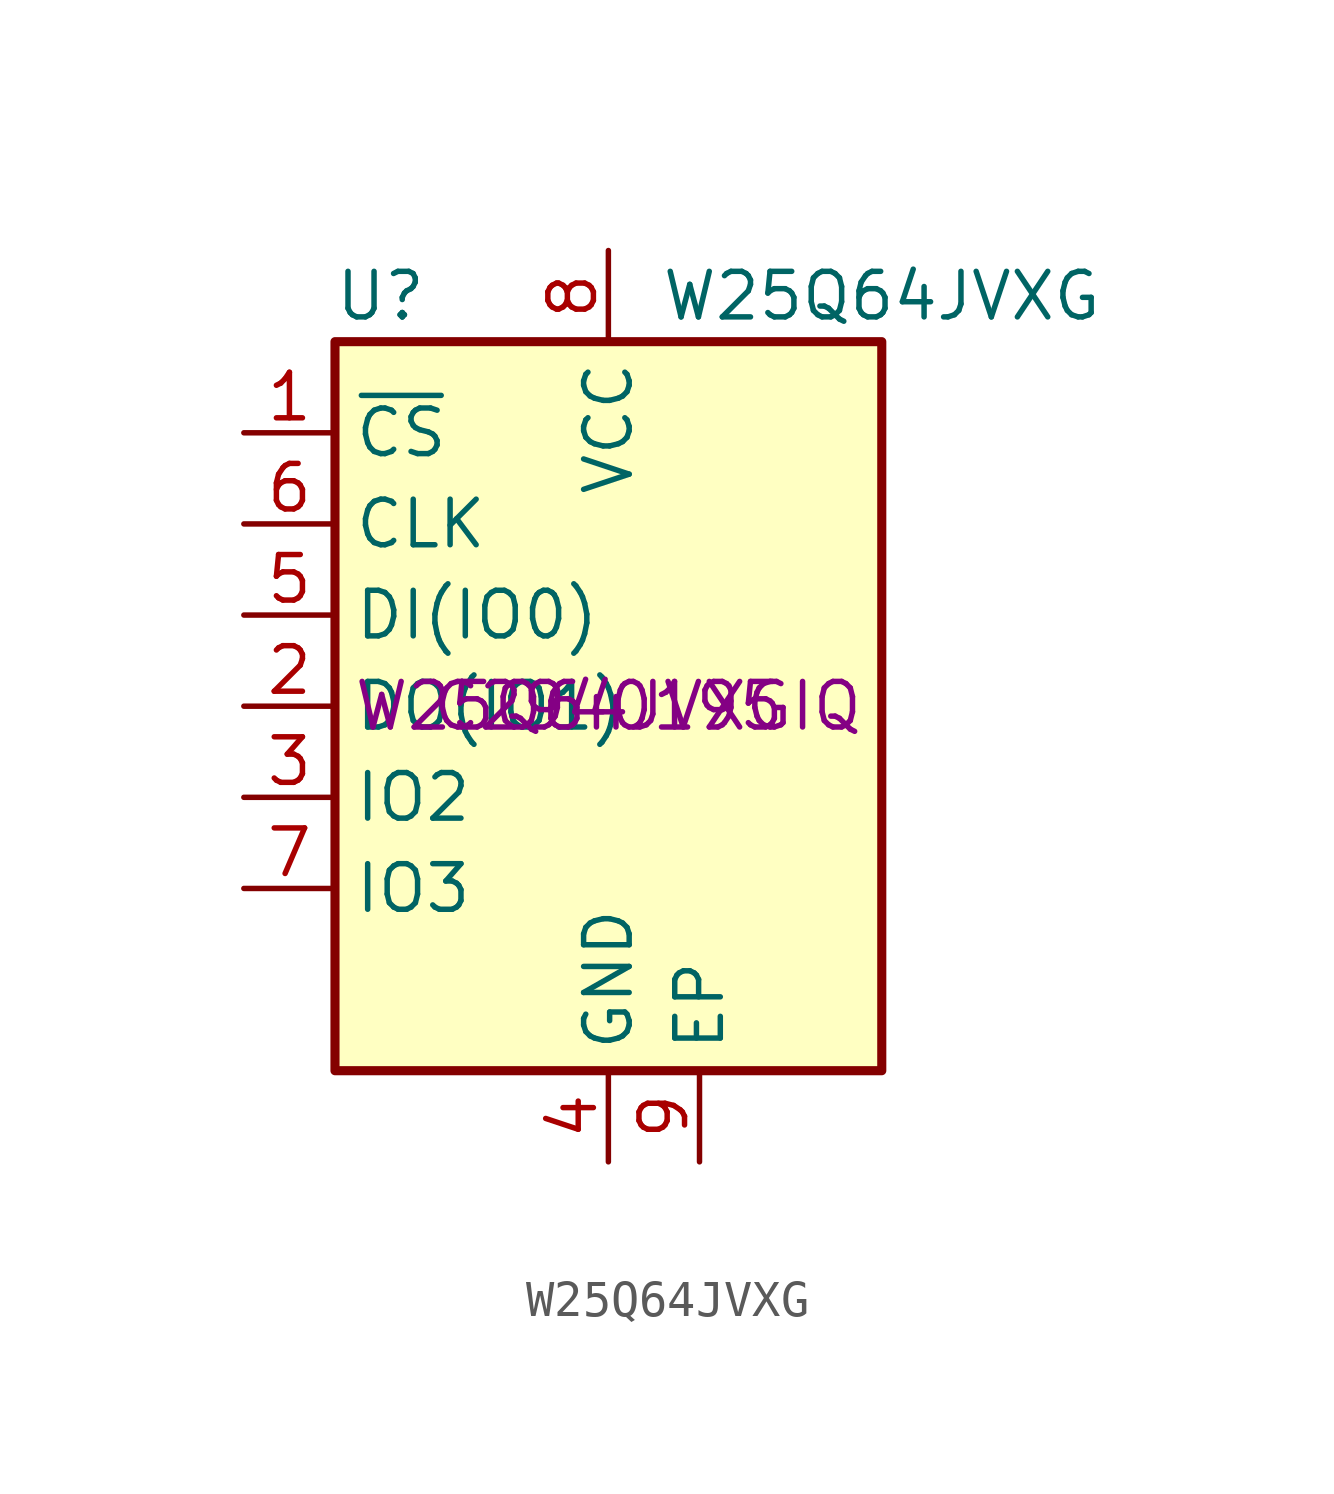
<source format=kicad_sym>
(kicad_symbol_lib
  (version 20231120)
  (generator "kicad_symbol_editor")
  (generator_version "8.0")
  (symbol "W25Q64JVXG"
    (property "Reference" "U"
      (at -6.35 11.43 0)
      (effects (font (size 1.27 1.27))))
    (property "Value" "W25Q64JVXG"
      (at 7.62 11.43 0)
      (effects (font (size 1.27 1.27))))
    (property "MPN" "W25Q64JVXGIQ"
      (at 0 0 0)
      (effects (font (size 1.27 1.27))))
    (property "LCSC" "C2940195"
      (at 0 0 0)
      (effects (font (size 1.27 1.27))))
    (symbol "W25Q64JVXG_0_1"
      (rectangle (start -7.62 10.16) (end 7.62 -10.16) (stroke (width 0.254) (type default)) (fill (type background))))
    (symbol "W25Q64JVXG_1_1"
      (pin input line (at -10.16 7.62 0) (length 2.54) (name "~{CS}" (effects (font (size 1.27 1.27)))) (number "1" (effects (font (size 1.27 1.27)))))
      (pin bidirectional line (at -10.16 0 0) (length 2.54) (name "DO(IO1)" (effects (font (size 1.27 1.27)))) (number "2" (effects (font (size 1.27 1.27)))))
      (pin bidirectional line (at -10.16 -2.54 0) (length 2.54) (name "IO2" (effects (font (size 1.27 1.27)))) (number "3" (effects (font (size 1.27 1.27)))))
      (pin power_in line (at 0 -12.7 90) (length 2.54) (name "GND" (effects (font (size 1.27 1.27)))) (number "4" (effects (font (size 1.27 1.27)))))
      (pin bidirectional line (at -10.16 2.54 0) (length 2.54) (name "DI(IO0)" (effects (font (size 1.27 1.27)))) (number "5" (effects (font (size 1.27 1.27)))))
      (pin input line (at -10.16 5.08 0) (length 2.54) (name "CLK" (effects (font (size 1.27 1.27)))) (number "6" (effects (font (size 1.27 1.27)))))
      (pin bidirectional line (at -10.16 -5.08 0) (length 2.54) (name "IO3" (effects (font (size 1.27 1.27)))) (number "7" (effects (font (size 1.27 1.27)))))
      (pin power_in line (at 0 12.7 270) (length 2.54) (name "VCC" (effects (font (size 1.27 1.27)))) (number "8" (effects (font (size 1.27 1.27)))))
      (pin passive line (at 2.54 -12.7 90) (length 2.54) (name "EP" (effects (font (size 1.27 1.27)))) (number "9" (effects (font (size 1.27 1.27))))))))
</source>
